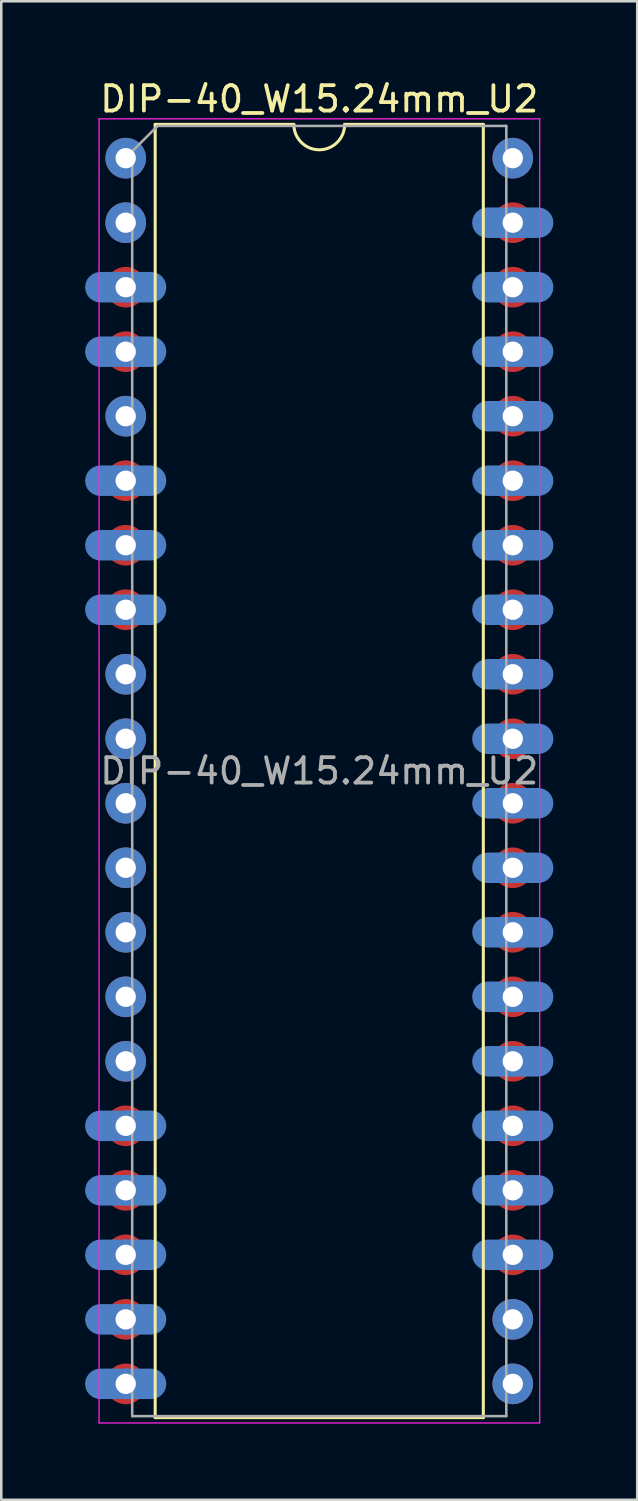
<source format=kicad_pcb>
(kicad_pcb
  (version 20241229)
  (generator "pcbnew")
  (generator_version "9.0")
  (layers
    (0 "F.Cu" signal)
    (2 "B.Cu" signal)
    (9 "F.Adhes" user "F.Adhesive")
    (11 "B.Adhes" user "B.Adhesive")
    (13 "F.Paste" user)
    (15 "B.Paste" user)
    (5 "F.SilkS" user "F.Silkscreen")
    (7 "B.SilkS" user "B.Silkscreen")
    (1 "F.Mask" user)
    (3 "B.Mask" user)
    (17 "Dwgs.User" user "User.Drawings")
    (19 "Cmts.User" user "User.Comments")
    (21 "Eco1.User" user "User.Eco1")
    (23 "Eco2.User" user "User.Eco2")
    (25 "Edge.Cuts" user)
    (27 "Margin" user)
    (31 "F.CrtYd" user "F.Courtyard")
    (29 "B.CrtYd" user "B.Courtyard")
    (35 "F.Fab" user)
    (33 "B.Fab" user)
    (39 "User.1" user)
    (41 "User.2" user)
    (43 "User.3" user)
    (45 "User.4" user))
  (footprint "DIP-40_W15.24mm_U2"
    (layer "F.Cu")
    (at 1.9 3.178)
    (property "Reference" "DIP-40_W15.24mm_U2" (at 7.62 -2.33 0) (layer "F.SilkS") (effects (font (size 1 1) (thickness 0.15))))
    (attr through_hole)
    (fp_rect (start 1.2 0) (end -1.2 48.26) (stroke (width 0) (type solid)) (fill yes) (layer "F.Mask"))
    (fp_rect (start 16.44 0) (end 14.04 48.26) (stroke (width 0) (type solid)) (fill yes) (layer "F.Mask"))
    (fp_circle (center 0 0) (end 1.2 0) (stroke (width 0) (type solid)) (fill yes) (layer "F.Mask"))
    (fp_circle (center 0 48.26) (end 1.2 48.26) (stroke (width 0) (type solid)) (fill yes) (layer "F.Mask"))
    (fp_circle (center 15.24 0) (end 16.44 0) (stroke (width 0) (type solid)) (fill yes) (layer "F.Mask"))
    (fp_circle (center 15.24 48.26) (end 16.44 48.26) (stroke (width 0) (type solid)) (fill yes) (layer "F.Mask"))
    (fp_rect (start -1.9 4.28) (end 1.9 5.88) (stroke (width 0) (type solid)) (fill yes) (layer "B.Mask"))
    (fp_rect (start -1.9 6.82) (end 1.9 8.42) (stroke (width 0) (type solid)) (fill yes) (layer "B.Mask"))
    (fp_rect (start -1.9 11.9) (end 1.9 13.5) (stroke (width 0) (type solid)) (fill yes) (layer "B.Mask"))
    (fp_rect (start -1.9 14.44) (end 1.9 16.04) (stroke (width 0) (type solid)) (fill yes) (layer "B.Mask"))
    (fp_rect (start -1.9 16.98) (end 1.9 18.58) (stroke (width 0) (type solid)) (fill yes) (layer "B.Mask"))
    (fp_rect (start -1.9 37.3) (end 1.9 38.9) (stroke (width 0) (type solid)) (fill yes) (layer "B.Mask"))
    (fp_rect (start -1.9 39.84) (end 1.9 41.44) (stroke (width 0) (type solid)) (fill yes) (layer "B.Mask"))
    (fp_rect (start -1.9 42.38) (end 1.9 43.98) (stroke (width 0) (type solid)) (fill yes) (layer "B.Mask"))
    (fp_rect (start -1.9 44.92) (end 1.9 46.52) (stroke (width 0) (type solid)) (fill yes) (layer "B.Mask"))
    (fp_rect (start -1.9 47.46) (end 1.9 49.06) (stroke (width 0) (type solid)) (fill yes) (layer "B.Mask"))
    (fp_rect (start -1.2 0) (end 1.2 2.54) (stroke (width 0) (type solid)) (fill yes) (layer "B.Mask"))
    (fp_rect (start -1.2 20.32) (end 1.2 35.56) (stroke (width 0) (type solid)) (fill yes) (layer "B.Mask"))
    (fp_rect (start 13.34 1.74) (end 17.14 3.34) (stroke (width 0) (type solid)) (fill yes) (layer "B.Mask"))
    (fp_rect (start 13.34 4.28) (end 17.14 5.88) (stroke (width 0) (type solid)) (fill yes) (layer "B.Mask"))
    (fp_rect (start 13.34 6.82) (end 17.14 8.42) (stroke (width 0) (type solid)) (fill yes) (layer "B.Mask"))
    (fp_rect (start 13.34 9.36) (end 17.14 10.96) (stroke (width 0) (type solid)) (fill yes) (layer "B.Mask"))
    (fp_rect (start 13.34 11.9) (end 17.14 13.5) (stroke (width 0) (type solid)) (fill yes) (layer "B.Mask"))
    (fp_rect (start 13.34 14.44) (end 17.14 16.04) (stroke (width 0) (type solid)) (fill yes) (layer "B.Mask"))
    (fp_rect (start 13.34 16.98) (end 17.14 18.58) (stroke (width 0) (type solid)) (fill yes) (layer "B.Mask"))
    (fp_rect (start 13.34 19.52) (end 17.14 21.12) (stroke (width 0) (type solid)) (fill yes) (layer "B.Mask"))
    (fp_rect (start 13.34 22.06) (end 17.14 23.66) (stroke (width 0) (type solid)) (fill yes) (layer "B.Mask"))
    (fp_rect (start 13.34 24.6) (end 17.14 26.2) (stroke (width 0) (type solid)) (fill yes) (layer "B.Mask"))
    (fp_rect (start 13.34 27.14) (end 17.14 28.74) (stroke (width 0) (type solid)) (fill yes) (layer "B.Mask"))
    (fp_rect (start 13.34 29.68) (end 17.14 31.28) (stroke (width 0) (type solid)) (fill yes) (layer "B.Mask"))
    (fp_rect (start 13.34 32.22) (end 17.14 33.82) (stroke (width 0) (type solid)) (fill yes) (layer "B.Mask"))
    (fp_rect (start 13.34 34.76) (end 17.14 36.36) (stroke (width 0) (type solid)) (fill yes) (layer "B.Mask"))
    (fp_rect (start 13.34 37.3) (end 17.14 38.9) (stroke (width 0) (type solid)) (fill yes) (layer "B.Mask"))
    (fp_rect (start 13.34 39.84) (end 17.14 41.44) (stroke (width 0) (type solid)) (fill yes) (layer "B.Mask"))
    (fp_rect (start 13.34 42.38) (end 17.14 43.98) (stroke (width 0) (type solid)) (fill yes) (layer "B.Mask"))
    (fp_rect (start 14.04 45.72) (end 16.44 48.26) (stroke (width 0) (type solid)) (fill yes) (layer "B.Mask"))
    (fp_circle (center 0 0) (end 1.2 0) (stroke (width 0) (type solid)) (fill yes) (layer "B.Mask"))
    (fp_circle (center 0 2.54) (end 1.2 2.54) (stroke (width 0) (type solid)) (fill yes) (layer "B.Mask"))
    (fp_circle (center 0 10.16) (end 1.2 10.16) (stroke (width 0) (type solid)) (fill yes) (layer "B.Mask"))
    (fp_circle (center 0 20.32) (end 1.2 20.32) (stroke (width 0) (type solid)) (fill yes) (layer "B.Mask"))
    (fp_circle (center 0 35.56) (end 1.2 35.56) (stroke (width 0) (type solid)) (fill yes) (layer "B.Mask"))
    (fp_circle (center 15.24 0) (end 16.44 0) (stroke (width 0) (type solid)) (fill yes) (layer "B.Mask"))
    (fp_circle (center 15.24 45.72) (end 16.44 45.72) (stroke (width 0) (type solid)) (fill yes) (layer "B.Mask"))
    (fp_circle (center 15.24 48.26) (end 16.44 48.26) (stroke (width 0) (type solid)) (fill yes) (layer "B.Mask"))
    (fp_line (start 1.16 -1.33) (end 1.16 49.59) (stroke (width 0.12) (type solid)) (layer "F.SilkS"))
    (fp_line (start 1.16 49.59) (end 14.08 49.59) (stroke (width 0.12) (type solid)) (layer "F.SilkS"))
    (fp_line (start 6.62 -1.33) (end 1.16 -1.33) (stroke (width 0.12) (type solid)) (layer "F.SilkS"))
    (fp_line (start 14.08 -1.33) (end 8.62 -1.33) (stroke (width 0.12) (type solid)) (layer "F.SilkS"))
    (fp_line (start 14.08 49.59) (end 14.08 -1.33) (stroke (width 0.12) (type solid)) (layer "F.SilkS"))
    (fp_arc (start 8.62 -1.33) (mid 7.62 -0.33) (end 6.62 -1.33) (stroke (width 0.12) (type solid)) (layer "F.SilkS"))
    (fp_line (start -1.05 -1.55) (end -1.05 49.8) (stroke (width 0.05) (type solid)) (layer "F.CrtYd"))
    (fp_line (start -1.05 49.8) (end 16.3 49.8) (stroke (width 0.05) (type solid)) (layer "F.CrtYd"))
    (fp_line (start 16.3 -1.55) (end -1.05 -1.55) (stroke (width 0.05) (type solid)) (layer "F.CrtYd"))
    (fp_line (start 16.3 49.8) (end 16.3 -1.55) (stroke (width 0.05) (type solid)) (layer "F.CrtYd"))
    (fp_line (start 0.255 -0.27) (end 1.255 -1.27) (stroke (width 0.1) (type solid)) (layer "F.Fab"))
    (fp_line (start 0.255 49.53) (end 0.255 -0.27) (stroke (width 0.1) (type solid)) (layer "F.Fab"))
    (fp_line (start 1.255 -1.27) (end 14.985 -1.27) (stroke (width 0.1) (type solid)) (layer "F.Fab"))
    (fp_line (start 14.985 -1.27) (end 14.985 49.53) (stroke (width 0.1) (type solid)) (layer "F.Fab"))
    (fp_line (start 14.985 49.53) (end 0.255 49.53) (stroke (width 0.1) (type solid)) (layer "F.Fab"))
    (fp_text user "${REFERENCE}" (at 7.62 24.13 0) (layer "F.Fab") (effects (font (size 1 1) (thickness 0.15))))
    (pad "1" thru_hole oval (at 0 0) (size 1.6 1.6) (drill 0.8) (layers "*.Cu" "*.Mask"))
    (pad "2" thru_hole oval (at 0 2.54) (size 1.6 1.6) (drill 0.8) (layers "*.Cu" "*.Mask"))
    (pad "3" thru_hole oval (at 0 5.08) (size 1.2 1.2) (drill 0.8) (layers "*.Cu" "*.Mask"))
    (pad "3" smd circle (at 0 5.08) (size 1.6 1.6) (layers "F.Cu"))
    (pad "3" smd roundrect (at 0 5.08) (size 3.2 1.2) (layers "B.Cu") (roundrect_rratio 0.5))
    (pad "4" thru_hole oval (at 0 7.62) (size 1.2 1.2) (drill 0.8) (layers "*.Cu" "*.Mask"))
    (pad "4" smd circle (at 0 7.62) (size 1.6 1.6) (layers "F.Cu"))
    (pad "4" smd roundrect (at 0 7.62) (size 3.2 1.2) (layers "B.Cu") (roundrect_rratio 0.5))
    (pad "5" thru_hole oval (at 0 10.16) (size 1.6 1.6) (drill 0.8) (layers "*.Cu" "*.Mask"))
    (pad "6" thru_hole oval (at 0 12.7) (size 1.2 1.2) (drill 0.8) (layers "*.Cu" "*.Mask"))
    (pad "6" smd circle (at 0 12.7) (size 1.6 1.6) (layers "F.Cu"))
    (pad "6" smd roundrect (at 0 12.7) (size 3.2 1.2) (layers "B.Cu") (roundrect_rratio 0.5))
    (pad "7" thru_hole oval (at 0 15.24) (size 1.2 1.2) (drill 0.8) (layers "*.Cu" "*.Mask"))
    (pad "7" smd circle (at 0 15.24) (size 1.6 1.6) (layers "F.Cu"))
    (pad "7" smd roundrect (at 0 15.24) (size 3.2 1.2) (layers "B.Cu") (roundrect_rratio 0.5))
    (pad "8" thru_hole oval (at 0 17.78) (size 1.2 1.2) (drill 0.8) (layers "*.Cu" "*.Mask"))
    (pad "8" smd circle (at 0 17.78) (size 1.6 1.6) (layers "F.Cu"))
    (pad "8" smd roundrect (at 0 17.78) (size 3.2 1.2) (layers "B.Cu") (roundrect_rratio 0.5))
    (pad "9" thru_hole oval (at 0 20.32) (size 1.6 1.6) (drill 0.8) (layers "*.Cu" "*.Mask"))
    (pad "10" thru_hole oval (at 0 22.86) (size 1.6 1.6) (drill 0.8) (layers "*.Cu" "*.Mask"))
    (pad "11" thru_hole oval (at 0 25.4) (size 1.6 1.6) (drill 0.8) (layers "*.Cu" "*.Mask"))
    (pad "12" thru_hole oval (at 0 27.94) (size 1.6 1.6) (drill 0.8) (layers "*.Cu" "*.Mask"))
    (pad "13" thru_hole oval (at 0 30.48) (size 1.6 1.6) (drill 0.8) (layers "*.Cu" "*.Mask"))
    (pad "14" thru_hole oval (at 0 33.02) (size 1.6 1.6) (drill 0.8) (layers "*.Cu" "*.Mask"))
    (pad "15" thru_hole oval (at 0 35.56) (size 1.6 1.6) (drill 0.8) (layers "*.Cu" "*.Mask"))
    (pad "16" thru_hole oval (at 0 38.1) (size 1.2 1.2) (drill 0.8) (layers "*.Cu" "*.Mask"))
    (pad "16" smd circle (at 0 38.1) (size 1.6 1.6) (layers "F.Cu"))
    (pad "16" smd roundrect (at 0 38.1) (size 3.2 1.2) (layers "B.Cu") (roundrect_rratio 0.5))
    (pad "17" thru_hole oval (at 0 40.64) (size 1.2 1.2) (drill 0.8) (layers "*.Cu" "*.Mask"))
    (pad "17" smd circle (at 0 40.64) (size 1.6 1.6) (layers "F.Cu"))
    (pad "17" smd roundrect (at 0 40.64) (size 3.2 1.2) (layers "B.Cu") (roundrect_rratio 0.5))
    (pad "18" thru_hole oval (at 0 43.18) (size 1.2 1.2) (drill 0.8) (layers "*.Cu" "*.Mask"))
    (pad "18" smd circle (at 0 43.18) (size 1.6 1.6) (layers "F.Cu"))
    (pad "18" smd roundrect (at 0 43.18) (size 3.2 1.2) (layers "B.Cu") (roundrect_rratio 0.5))
    (pad "19" thru_hole oval (at 0 45.72) (size 1.2 1.2) (drill 0.8) (layers "*.Cu" "*.Mask"))
    (pad "19" smd circle (at 0 45.72) (size 1.6 1.6) (layers "F.Cu"))
    (pad "19" smd roundrect (at 0 45.72) (size 3.2 1.2) (layers "B.Cu") (roundrect_rratio 0.5))
    (pad "20" thru_hole oval (at 0 48.26) (size 1.2 1.2) (drill 0.8) (layers "*.Cu" "*.Mask"))
    (pad "20" smd circle (at 0 48.26) (size 1.6 1.6) (layers "F.Cu"))
    (pad "20" smd roundrect (at 0 48.26) (size 3.2 1.2) (layers "B.Cu") (roundrect_rratio 0.5))
    (pad "21" thru_hole oval (at 15.24 48.26) (size 1.6 1.6) (drill 0.8) (layers "*.Cu" "*.Mask"))
    (pad "22" thru_hole oval (at 15.24 45.72) (size 1.6 1.6) (drill 0.8) (layers "*.Cu" "*.Mask"))
    (pad "23" thru_hole oval (at 15.24 43.18) (size 1.2 1.2) (drill 0.8) (layers "*.Cu" "*.Mask"))
    (pad "23" smd circle (at 15.24 43.18) (size 1.6 1.6) (layers "F.Cu"))
    (pad "23" smd roundrect (at 15.24 43.18) (size 3.2 1.2) (layers "B.Cu") (roundrect_rratio 0.5))
    (pad "24" thru_hole oval (at 15.24 40.64) (size 1.2 1.2) (drill 0.8) (layers "*.Cu" "*.Mask"))
    (pad "24" smd circle (at 15.24 40.64) (size 1.6 1.6) (layers "F.Cu"))
    (pad "24" smd roundrect (at 15.24 40.64) (size 3.2 1.2) (layers "B.Cu") (roundrect_rratio 0.5))
    (pad "25" thru_hole oval (at 15.24 38.1) (size 1.2 1.2) (drill 0.8) (layers "*.Cu" "*.Mask"))
    (pad "25" smd circle (at 15.24 38.1) (size 1.6 1.6) (layers "F.Cu"))
    (pad "25" smd roundrect (at 15.24 38.1) (size 3.2 1.2) (layers "B.Cu") (roundrect_rratio 0.5))
    (pad "26" thru_hole oval (at 15.24 35.56) (size 1.2 1.2) (drill 0.8) (layers "*.Cu" "*.Mask"))
    (pad "26" smd circle (at 15.24 35.56) (size 1.6 1.6) (layers "F.Cu"))
    (pad "26" smd roundrect (at 15.24 35.56) (size 3.2 1.2) (layers "B.Cu") (roundrect_rratio 0.5))
    (pad "27" thru_hole oval (at 15.24 33.02) (size 1.2 1.2) (drill 0.8) (layers "*.Cu" "*.Mask"))
    (pad "27" smd circle (at 15.24 33.02) (size 1.6 1.6) (layers "F.Cu"))
    (pad "27" smd roundrect (at 15.24 33.02) (size 3.2 1.2) (layers "B.Cu") (roundrect_rratio 0.5))
    (pad "28" thru_hole oval (at 15.24 30.48) (size 1.2 1.2) (drill 0.8) (layers "*.Cu" "*.Mask"))
    (pad "28" smd circle (at 15.24 30.48) (size 1.6 1.6) (layers "F.Cu"))
    (pad "28" smd roundrect (at 15.24 30.48) (size 3.2 1.2) (layers "B.Cu") (roundrect_rratio 0.5))
    (pad "29" thru_hole oval (at 15.24 27.94) (size 1.2 1.2) (drill 0.8) (layers "*.Cu" "*.Mask"))
    (pad "29" smd circle (at 15.24 27.94) (size 1.6 1.6) (layers "F.Cu"))
    (pad "29" smd roundrect (at 15.24 27.94) (size 3.2 1.2) (layers "B.Cu") (roundrect_rratio 0.5))
    (pad "30" thru_hole oval (at 15.24 25.4) (size 1.2 1.2) (drill 0.8) (layers "*.Cu" "*.Mask"))
    (pad "30" smd circle (at 15.24 25.4) (size 1.6 1.6) (layers "F.Cu"))
    (pad "30" smd roundrect (at 15.24 25.4) (size 3.2 1.2) (layers "B.Cu") (roundrect_rratio 0.5))
    (pad "31" thru_hole oval (at 15.24 22.86) (size 1.2 1.2) (drill 0.8) (layers "*.Cu" "*.Mask"))
    (pad "31" smd circle (at 15.24 22.86) (size 1.6 1.6) (layers "F.Cu"))
    (pad "31" smd roundrect (at 15.24 22.86) (size 3.2 1.2) (layers "B.Cu") (roundrect_rratio 0.5))
    (pad "32" thru_hole oval (at 15.24 20.32) (size 1.2 1.2) (drill 0.8) (layers "*.Cu" "*.Mask"))
    (pad "32" smd circle (at 15.24 20.32) (size 1.6 1.6) (layers "F.Cu"))
    (pad "32" smd roundrect (at 15.24 20.32) (size 3.2 1.2) (layers "B.Cu") (roundrect_rratio 0.5))
    (pad "33" thru_hole oval (at 15.24 17.78) (size 1.2 1.2) (drill 0.8) (layers "*.Cu" "*.Mask"))
    (pad "33" smd circle (at 15.24 17.78) (size 1.6 1.6) (layers "F.Cu"))
    (pad "33" smd roundrect (at 15.24 17.78) (size 3.2 1.2) (layers "B.Cu") (roundrect_rratio 0.5))
    (pad "34" thru_hole oval (at 15.24 15.24) (size 1.2 1.2) (drill 0.8) (layers "*.Cu" "*.Mask"))
    (pad "34" smd circle (at 15.24 15.24) (size 1.6 1.6) (layers "F.Cu"))
    (pad "34" smd roundrect (at 15.24 15.24) (size 3.2 1.2) (layers "B.Cu") (roundrect_rratio 0.5))
    (pad "35" thru_hole oval (at 15.24 12.7) (size 1.2 1.2) (drill 0.8) (layers "*.Cu" "*.Mask"))
    (pad "35" smd circle (at 15.24 12.7) (size 1.6 1.6) (layers "F.Cu"))
    (pad "35" smd roundrect (at 15.24 12.7) (size 3.2 1.2) (layers "B.Cu") (roundrect_rratio 0.5))
    (pad "36" thru_hole oval (at 15.24 10.16) (size 1.2 1.2) (drill 0.8) (layers "*.Cu" "*.Mask"))
    (pad "36" smd circle (at 15.24 10.16) (size 1.6 1.6) (layers "F.Cu"))
    (pad "36" smd roundrect (at 15.24 10.16) (size 3.2 1.2) (layers "B.Cu") (roundrect_rratio 0.5))
    (pad "37" thru_hole oval (at 15.24 7.62) (size 1.2 1.2) (drill 0.8) (layers "*.Cu" "*.Mask"))
    (pad "37" smd circle (at 15.24 7.62) (size 1.6 1.6) (layers "F.Cu"))
    (pad "37" smd roundrect (at 15.24 7.62) (size 3.2 1.2) (layers "B.Cu") (roundrect_rratio 0.5))
    (pad "38" thru_hole oval (at 15.24 5.08) (size 1.2 1.2) (drill 0.8) (layers "*.Cu" "*.Mask"))
    (pad "38" smd circle (at 15.24 5.08) (size 1.6 1.6) (layers "F.Cu"))
    (pad "38" smd roundrect (at 15.24 5.08) (size 3.2 1.2) (layers "B.Cu") (roundrect_rratio 0.5))
    (pad "39" thru_hole oval (at 15.24 2.54) (size 1.2 1.2) (drill 0.8) (layers "*.Cu" "*.Mask"))
    (pad "39" smd circle (at 15.24 2.54) (size 1.6 1.6) (layers "F.Cu"))
    (pad "39" smd roundrect (at 15.24 2.54) (size 3.2 1.2) (layers "B.Cu") (roundrect_rratio 0.5))
    (pad "40" thru_hole oval (at 15.24 0) (size 1.6 1.6) (drill 0.8) (layers "*.Cu" "*.Mask")))
  (gr_rect
    (start -3 -3)
    (end 22.04 56.003)
    (stroke (width 0.1) (type default))
    (fill no)
    (layer "Edge.Cuts")))
</source>
